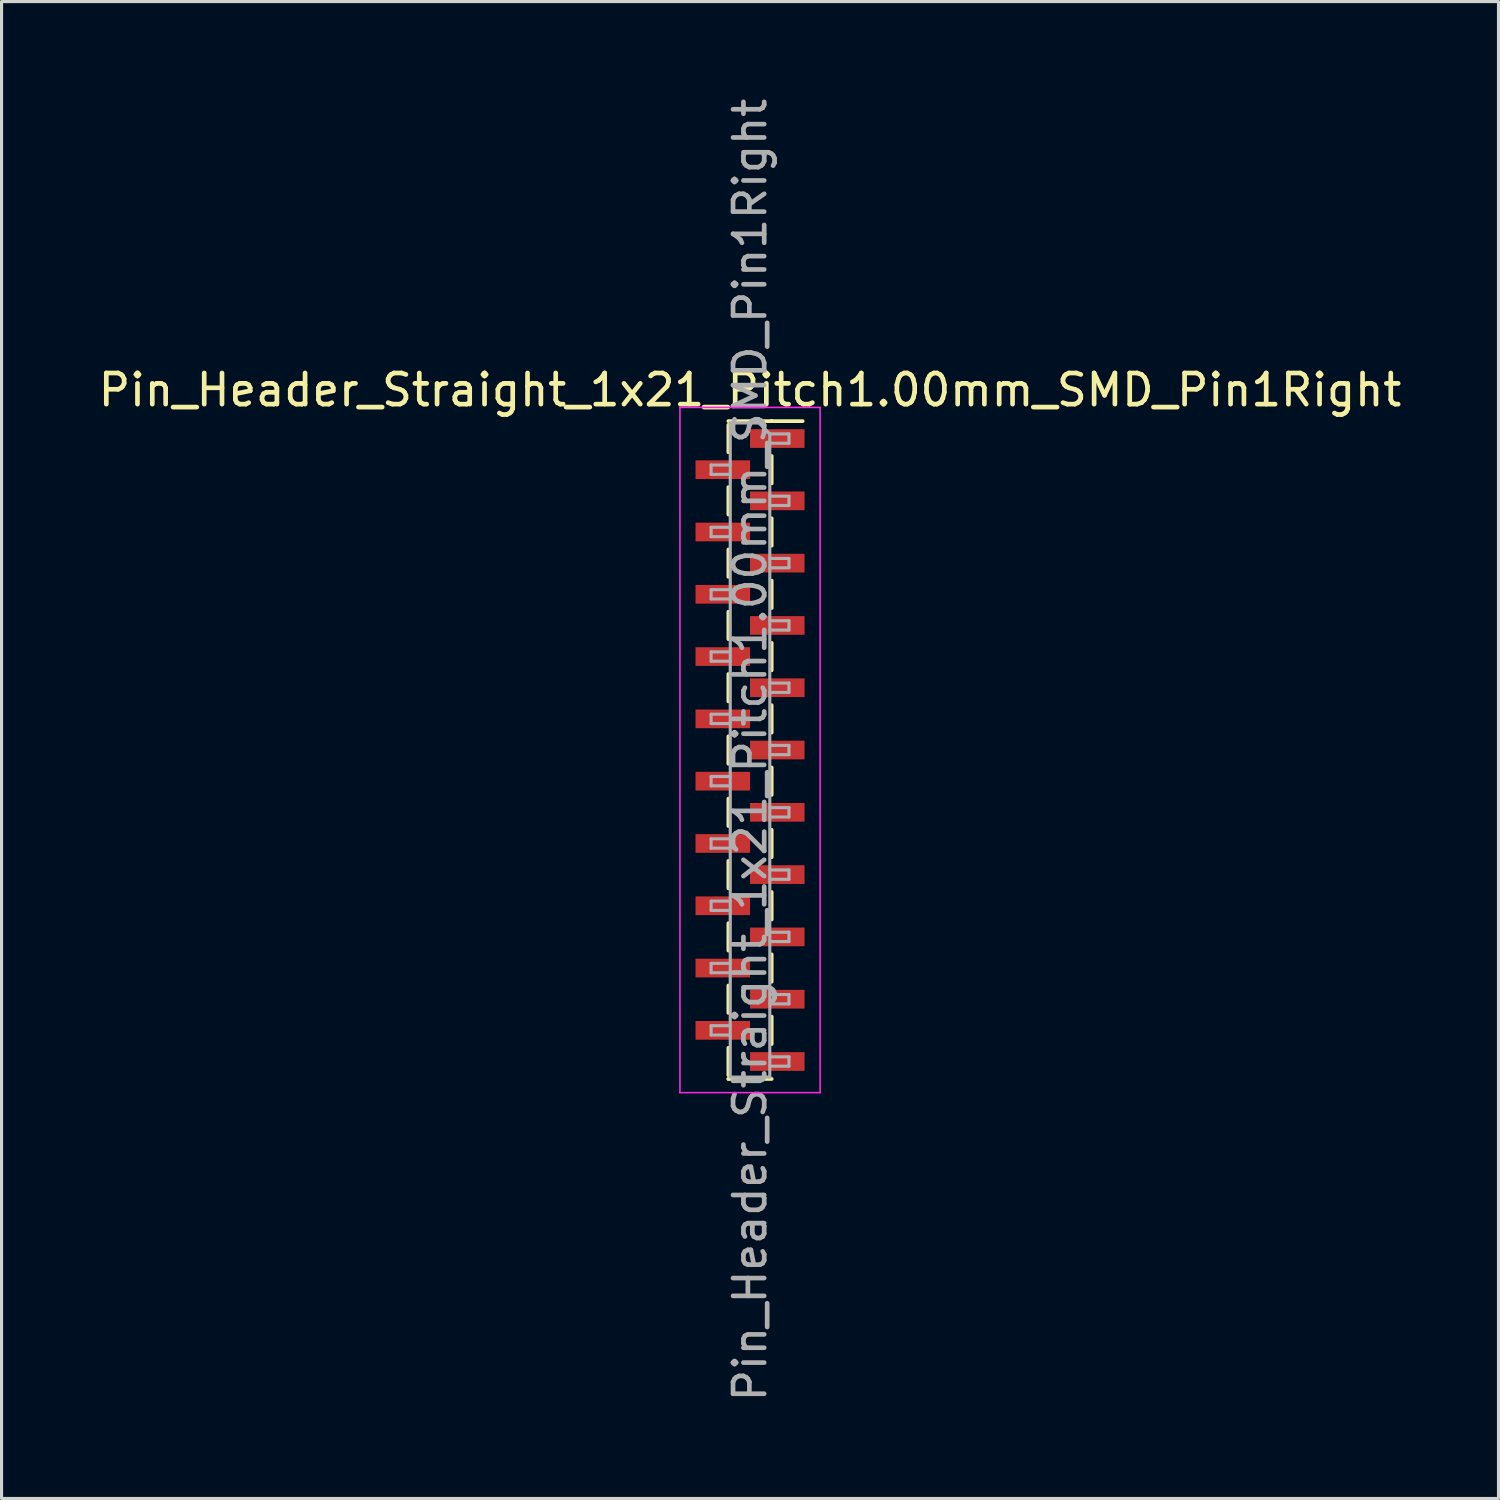
<source format=kicad_pcb>
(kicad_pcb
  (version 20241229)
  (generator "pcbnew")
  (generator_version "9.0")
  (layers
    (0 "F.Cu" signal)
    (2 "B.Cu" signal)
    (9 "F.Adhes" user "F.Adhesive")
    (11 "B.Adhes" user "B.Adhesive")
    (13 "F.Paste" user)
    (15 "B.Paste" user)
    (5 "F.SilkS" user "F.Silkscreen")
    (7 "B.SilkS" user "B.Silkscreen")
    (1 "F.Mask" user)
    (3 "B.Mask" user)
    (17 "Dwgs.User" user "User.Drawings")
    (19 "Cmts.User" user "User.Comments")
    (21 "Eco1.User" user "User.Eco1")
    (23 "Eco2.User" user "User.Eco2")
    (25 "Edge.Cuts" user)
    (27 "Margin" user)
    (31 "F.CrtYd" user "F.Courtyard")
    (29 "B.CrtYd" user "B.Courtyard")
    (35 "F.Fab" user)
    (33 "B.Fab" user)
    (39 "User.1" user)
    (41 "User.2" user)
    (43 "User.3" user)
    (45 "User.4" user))
  (footprint "Pin_Header_Straight_1x21_Pitch1.00mm_SMD_Pin1Right"
    (layer "F.Cu")
    (at 21.03 21.03)
    (property "Reference" "Pin_Header_Straight_1x21_Pitch1.00mm_SMD_Pin1Right" (at 0 -11.56 0) (layer "F.SilkS") (effects (font (size 1 1) (thickness 0.15))))
    (attr smd)
    (fp_line (start -0.695 -10.56) (end 0.695 -10.56) (stroke (width 0.12) (type solid)) (layer "F.SilkS"))
    (fp_line (start -0.695 -10.44) (end -0.695 -9.56) (stroke (width 0.12) (type solid)) (layer "F.SilkS"))
    (fp_line (start -0.695 -8.44) (end -0.695 -7.56) (stroke (width 0.12) (type solid)) (layer "F.SilkS"))
    (fp_line (start -0.695 -6.44) (end -0.695 -5.56) (stroke (width 0.12) (type solid)) (layer "F.SilkS"))
    (fp_line (start -0.695 -4.44) (end -0.695 -3.56) (stroke (width 0.12) (type solid)) (layer "F.SilkS"))
    (fp_line (start -0.695 -2.44) (end -0.695 -1.56) (stroke (width 0.12) (type solid)) (layer "F.SilkS"))
    (fp_line (start -0.695 -0.44) (end -0.695 0.44) (stroke (width 0.12) (type solid)) (layer "F.SilkS"))
    (fp_line (start -0.695 1.56) (end -0.695 2.44) (stroke (width 0.12) (type solid)) (layer "F.SilkS"))
    (fp_line (start -0.695 3.56) (end -0.695 4.44) (stroke (width 0.12) (type solid)) (layer "F.SilkS"))
    (fp_line (start -0.695 5.56) (end -0.695 6.44) (stroke (width 0.12) (type solid)) (layer "F.SilkS"))
    (fp_line (start -0.695 7.56) (end -0.695 8.44) (stroke (width 0.12) (type solid)) (layer "F.SilkS"))
    (fp_line (start -0.695 9.56) (end -0.695 10.44) (stroke (width 0.12) (type solid)) (layer "F.SilkS"))
    (fp_line (start -0.695 10.56) (end -0.695 10.56) (stroke (width 0.12) (type solid)) (layer "F.SilkS"))
    (fp_line (start -0.695 10.56) (end 0.695 10.56) (stroke (width 0.12) (type solid)) (layer "F.SilkS"))
    (fp_line (start 0.695 -10.56) (end 0.695 -10.56) (stroke (width 0.12) (type solid)) (layer "F.SilkS"))
    (fp_line (start 0.695 -10.56) (end 1.69 -10.56) (stroke (width 0.12) (type solid)) (layer "F.SilkS"))
    (fp_line (start 0.695 -9.44) (end 0.695 -8.56) (stroke (width 0.12) (type solid)) (layer "F.SilkS"))
    (fp_line (start 0.695 -7.44) (end 0.695 -6.56) (stroke (width 0.12) (type solid)) (layer "F.SilkS"))
    (fp_line (start 0.695 -5.44) (end 0.695 -4.56) (stroke (width 0.12) (type solid)) (layer "F.SilkS"))
    (fp_line (start 0.695 -3.44) (end 0.695 -2.56) (stroke (width 0.12) (type solid)) (layer "F.SilkS"))
    (fp_line (start 0.695 -1.44) (end 0.695 -0.56) (stroke (width 0.12) (type solid)) (layer "F.SilkS"))
    (fp_line (start 0.695 0.56) (end 0.695 1.44) (stroke (width 0.12) (type solid)) (layer "F.SilkS"))
    (fp_line (start 0.695 2.56) (end 0.695 3.44) (stroke (width 0.12) (type solid)) (layer "F.SilkS"))
    (fp_line (start 0.695 4.56) (end 0.695 5.44) (stroke (width 0.12) (type solid)) (layer "F.SilkS"))
    (fp_line (start 0.695 6.56) (end 0.695 7.44) (stroke (width 0.12) (type solid)) (layer "F.SilkS"))
    (fp_line (start 0.695 8.56) (end 0.695 9.44) (stroke (width 0.12) (type solid)) (layer "F.SilkS"))
    (fp_line (start -2.25 -11) (end -2.25 11) (stroke (width 0.05) (type solid)) (layer "F.CrtYd"))
    (fp_line (start -2.25 11) (end 2.25 11) (stroke (width 0.05) (type solid)) (layer "F.CrtYd"))
    (fp_line (start 2.25 -11) (end -2.25 -11) (stroke (width 0.05) (type solid)) (layer "F.CrtYd"))
    (fp_line (start 2.25 11) (end 2.25 -11) (stroke (width 0.05) (type solid)) (layer "F.CrtYd"))
    (fp_line (start -1.25 -9.15) (end -1.25 -8.85) (stroke (width 0.1) (type solid)) (layer "F.Fab"))
    (fp_line (start -1.25 -8.85) (end -0.635 -8.85) (stroke (width 0.1) (type solid)) (layer "F.Fab"))
    (fp_line (start -1.25 -7.15) (end -1.25 -6.85) (stroke (width 0.1) (type solid)) (layer "F.Fab"))
    (fp_line (start -1.25 -6.85) (end -0.635 -6.85) (stroke (width 0.1) (type solid)) (layer "F.Fab"))
    (fp_line (start -1.25 -5.15) (end -1.25 -4.85) (stroke (width 0.1) (type solid)) (layer "F.Fab"))
    (fp_line (start -1.25 -4.85) (end -0.635 -4.85) (stroke (width 0.1) (type solid)) (layer "F.Fab"))
    (fp_line (start -1.25 -3.15) (end -1.25 -2.85) (stroke (width 0.1) (type solid)) (layer "F.Fab"))
    (fp_line (start -1.25 -2.85) (end -0.635 -2.85) (stroke (width 0.1) (type solid)) (layer "F.Fab"))
    (fp_line (start -1.25 -1.15) (end -1.25 -0.85) (stroke (width 0.1) (type solid)) (layer "F.Fab"))
    (fp_line (start -1.25 -0.85) (end -0.635 -0.85) (stroke (width 0.1) (type solid)) (layer "F.Fab"))
    (fp_line (start -1.25 0.85) (end -1.25 1.15) (stroke (width 0.1) (type solid)) (layer "F.Fab"))
    (fp_line (start -1.25 1.15) (end -0.635 1.15) (stroke (width 0.1) (type solid)) (layer "F.Fab"))
    (fp_line (start -1.25 2.85) (end -1.25 3.15) (stroke (width 0.1) (type solid)) (layer "F.Fab"))
    (fp_line (start -1.25 3.15) (end -0.635 3.15) (stroke (width 0.1) (type solid)) (layer "F.Fab"))
    (fp_line (start -1.25 4.85) (end -1.25 5.15) (stroke (width 0.1) (type solid)) (layer "F.Fab"))
    (fp_line (start -1.25 5.15) (end -0.635 5.15) (stroke (width 0.1) (type solid)) (layer "F.Fab"))
    (fp_line (start -1.25 6.85) (end -1.25 7.15) (stroke (width 0.1) (type solid)) (layer "F.Fab"))
    (fp_line (start -1.25 7.15) (end -0.635 7.15) (stroke (width 0.1) (type solid)) (layer "F.Fab"))
    (fp_line (start -1.25 8.85) (end -1.25 9.15) (stroke (width 0.1) (type solid)) (layer "F.Fab"))
    (fp_line (start -1.25 9.15) (end -0.635 9.15) (stroke (width 0.1) (type solid)) (layer "F.Fab"))
    (fp_line (start -0.635 -10.5) (end -0.635 10.5) (stroke (width 0.1) (type solid)) (layer "F.Fab"))
    (fp_line (start -0.635 -10.5) (end 0.285 -10.5) (stroke (width 0.1) (type solid)) (layer "F.Fab"))
    (fp_line (start -0.635 -9.15) (end -1.25 -9.15) (stroke (width 0.1) (type solid)) (layer "F.Fab"))
    (fp_line (start -0.635 -7.15) (end -1.25 -7.15) (stroke (width 0.1) (type solid)) (layer "F.Fab"))
    (fp_line (start -0.635 -5.15) (end -1.25 -5.15) (stroke (width 0.1) (type solid)) (layer "F.Fab"))
    (fp_line (start -0.635 -3.15) (end -1.25 -3.15) (stroke (width 0.1) (type solid)) (layer "F.Fab"))
    (fp_line (start -0.635 -1.15) (end -1.25 -1.15) (stroke (width 0.1) (type solid)) (layer "F.Fab"))
    (fp_line (start -0.635 0.85) (end -1.25 0.85) (stroke (width 0.1) (type solid)) (layer "F.Fab"))
    (fp_line (start -0.635 2.85) (end -1.25 2.85) (stroke (width 0.1) (type solid)) (layer "F.Fab"))
    (fp_line (start -0.635 4.85) (end -1.25 4.85) (stroke (width 0.1) (type solid)) (layer "F.Fab"))
    (fp_line (start -0.635 6.85) (end -1.25 6.85) (stroke (width 0.1) (type solid)) (layer "F.Fab"))
    (fp_line (start -0.635 8.85) (end -1.25 8.85) (stroke (width 0.1) (type solid)) (layer "F.Fab"))
    (fp_line (start 0.635 -10.15) (end 0.285 -10.5) (stroke (width 0.1) (type solid)) (layer "F.Fab"))
    (fp_line (start 0.635 -10.15) (end 1.25 -10.15) (stroke (width 0.1) (type solid)) (layer "F.Fab"))
    (fp_line (start 0.635 -8.15) (end 1.25 -8.15) (stroke (width 0.1) (type solid)) (layer "F.Fab"))
    (fp_line (start 0.635 -6.15) (end 1.25 -6.15) (stroke (width 0.1) (type solid)) (layer "F.Fab"))
    (fp_line (start 0.635 -4.15) (end 1.25 -4.15) (stroke (width 0.1) (type solid)) (layer "F.Fab"))
    (fp_line (start 0.635 -2.15) (end 1.25 -2.15) (stroke (width 0.1) (type solid)) (layer "F.Fab"))
    (fp_line (start 0.635 -0.15) (end 1.25 -0.15) (stroke (width 0.1) (type solid)) (layer "F.Fab"))
    (fp_line (start 0.635 1.85) (end 1.25 1.85) (stroke (width 0.1) (type solid)) (layer "F.Fab"))
    (fp_line (start 0.635 3.85) (end 1.25 3.85) (stroke (width 0.1) (type solid)) (layer "F.Fab"))
    (fp_line (start 0.635 5.85) (end 1.25 5.85) (stroke (width 0.1) (type solid)) (layer "F.Fab"))
    (fp_line (start 0.635 7.85) (end 1.25 7.85) (stroke (width 0.1) (type solid)) (layer "F.Fab"))
    (fp_line (start 0.635 9.85) (end 1.25 9.85) (stroke (width 0.1) (type solid)) (layer "F.Fab"))
    (fp_line (start 0.635 10.5) (end -0.635 10.5) (stroke (width 0.1) (type solid)) (layer "F.Fab"))
    (fp_line (start 0.635 10.5) (end 0.635 -10.15) (stroke (width 0.1) (type solid)) (layer "F.Fab"))
    (fp_line (start 1.25 -10.15) (end 1.25 -9.85) (stroke (width 0.1) (type solid)) (layer "F.Fab"))
    (fp_line (start 1.25 -9.85) (end 0.635 -9.85) (stroke (width 0.1) (type solid)) (layer "F.Fab"))
    (fp_line (start 1.25 -8.15) (end 1.25 -7.85) (stroke (width 0.1) (type solid)) (layer "F.Fab"))
    (fp_line (start 1.25 -7.85) (end 0.635 -7.85) (stroke (width 0.1) (type solid)) (layer "F.Fab"))
    (fp_line (start 1.25 -6.15) (end 1.25 -5.85) (stroke (width 0.1) (type solid)) (layer "F.Fab"))
    (fp_line (start 1.25 -5.85) (end 0.635 -5.85) (stroke (width 0.1) (type solid)) (layer "F.Fab"))
    (fp_line (start 1.25 -4.15) (end 1.25 -3.85) (stroke (width 0.1) (type solid)) (layer "F.Fab"))
    (fp_line (start 1.25 -3.85) (end 0.635 -3.85) (stroke (width 0.1) (type solid)) (layer "F.Fab"))
    (fp_line (start 1.25 -2.15) (end 1.25 -1.85) (stroke (width 0.1) (type solid)) (layer "F.Fab"))
    (fp_line (start 1.25 -1.85) (end 0.635 -1.85) (stroke (width 0.1) (type solid)) (layer "F.Fab"))
    (fp_line (start 1.25 -0.15) (end 1.25 0.15) (stroke (width 0.1) (type solid)) (layer "F.Fab"))
    (fp_line (start 1.25 0.15) (end 0.635 0.15) (stroke (width 0.1) (type solid)) (layer "F.Fab"))
    (fp_line (start 1.25 1.85) (end 1.25 2.15) (stroke (width 0.1) (type solid)) (layer "F.Fab"))
    (fp_line (start 1.25 2.15) (end 0.635 2.15) (stroke (width 0.1) (type solid)) (layer "F.Fab"))
    (fp_line (start 1.25 3.85) (end 1.25 4.15) (stroke (width 0.1) (type solid)) (layer "F.Fab"))
    (fp_line (start 1.25 4.15) (end 0.635 4.15) (stroke (width 0.1) (type solid)) (layer "F.Fab"))
    (fp_line (start 1.25 5.85) (end 1.25 6.15) (stroke (width 0.1) (type solid)) (layer "F.Fab"))
    (fp_line (start 1.25 6.15) (end 0.635 6.15) (stroke (width 0.1) (type solid)) (layer "F.Fab"))
    (fp_line (start 1.25 7.85) (end 1.25 8.15) (stroke (width 0.1) (type solid)) (layer "F.Fab"))
    (fp_line (start 1.25 8.15) (end 0.635 8.15) (stroke (width 0.1) (type solid)) (layer "F.Fab"))
    (fp_line (start 1.25 9.85) (end 1.25 10.15) (stroke (width 0.1) (type solid)) (layer "F.Fab"))
    (fp_line (start 1.25 10.15) (end 0.635 10.15) (stroke (width 0.1) (type solid)) (layer "F.Fab"))
    (fp_text user "${REFERENCE}" (at 0 0 90) (layer "F.Fab") (effects (font (size 1 1) (thickness 0.15))))
    (pad "1" smd rect (at 0.875 -10) (size 1.75 0.6) (layers "F.Cu" "F.Mask" "F.Paste"))
    (pad "2" smd rect (at -0.875 -9) (size 1.75 0.6) (layers "F.Cu" "F.Mask" "F.Paste"))
    (pad "3" smd rect (at 0.875 -8) (size 1.75 0.6) (layers "F.Cu" "F.Mask" "F.Paste"))
    (pad "4" smd rect (at -0.875 -7) (size 1.75 0.6) (layers "F.Cu" "F.Mask" "F.Paste"))
    (pad "5" smd rect (at 0.875 -6) (size 1.75 0.6) (layers "F.Cu" "F.Mask" "F.Paste"))
    (pad "6" smd rect (at -0.875 -5) (size 1.75 0.6) (layers "F.Cu" "F.Mask" "F.Paste"))
    (pad "7" smd rect (at 0.875 -4) (size 1.75 0.6) (layers "F.Cu" "F.Mask" "F.Paste"))
    (pad "8" smd rect (at -0.875 -3) (size 1.75 0.6) (layers "F.Cu" "F.Mask" "F.Paste"))
    (pad "9" smd rect (at 0.875 -2) (size 1.75 0.6) (layers "F.Cu" "F.Mask" "F.Paste"))
    (pad "10" smd rect (at -0.875 -1) (size 1.75 0.6) (layers "F.Cu" "F.Mask" "F.Paste"))
    (pad "11" smd rect (at 0.875 0) (size 1.75 0.6) (layers "F.Cu" "F.Mask" "F.Paste"))
    (pad "12" smd rect (at -0.875 1) (size 1.75 0.6) (layers "F.Cu" "F.Mask" "F.Paste"))
    (pad "13" smd rect (at 0.875 2) (size 1.75 0.6) (layers "F.Cu" "F.Mask" "F.Paste"))
    (pad "14" smd rect (at -0.875 3) (size 1.75 0.6) (layers "F.Cu" "F.Mask" "F.Paste"))
    (pad "15" smd rect (at 0.875 4) (size 1.75 0.6) (layers "F.Cu" "F.Mask" "F.Paste"))
    (pad "16" smd rect (at -0.875 5) (size 1.75 0.6) (layers "F.Cu" "F.Mask" "F.Paste"))
    (pad "17" smd rect (at 0.875 6) (size 1.75 0.6) (layers "F.Cu" "F.Mask" "F.Paste"))
    (pad "18" smd rect (at -0.875 7) (size 1.75 0.6) (layers "F.Cu" "F.Mask" "F.Paste"))
    (pad "19" smd rect (at 0.875 8) (size 1.75 0.6) (layers "F.Cu" "F.Mask" "F.Paste"))
    (pad "20" smd rect (at -0.875 9) (size 1.75 0.6) (layers "F.Cu" "F.Mask" "F.Paste"))
    (pad "21" smd rect (at 0.875 10) (size 1.75 0.6) (layers "F.Cu" "F.Mask" "F.Paste")))
  (gr_rect
    (start -3 -3)
    (end 45.06 45.06)
    (stroke (width 0.1) (type default))
    (fill no)
    (layer "Edge.Cuts")))
</source>
